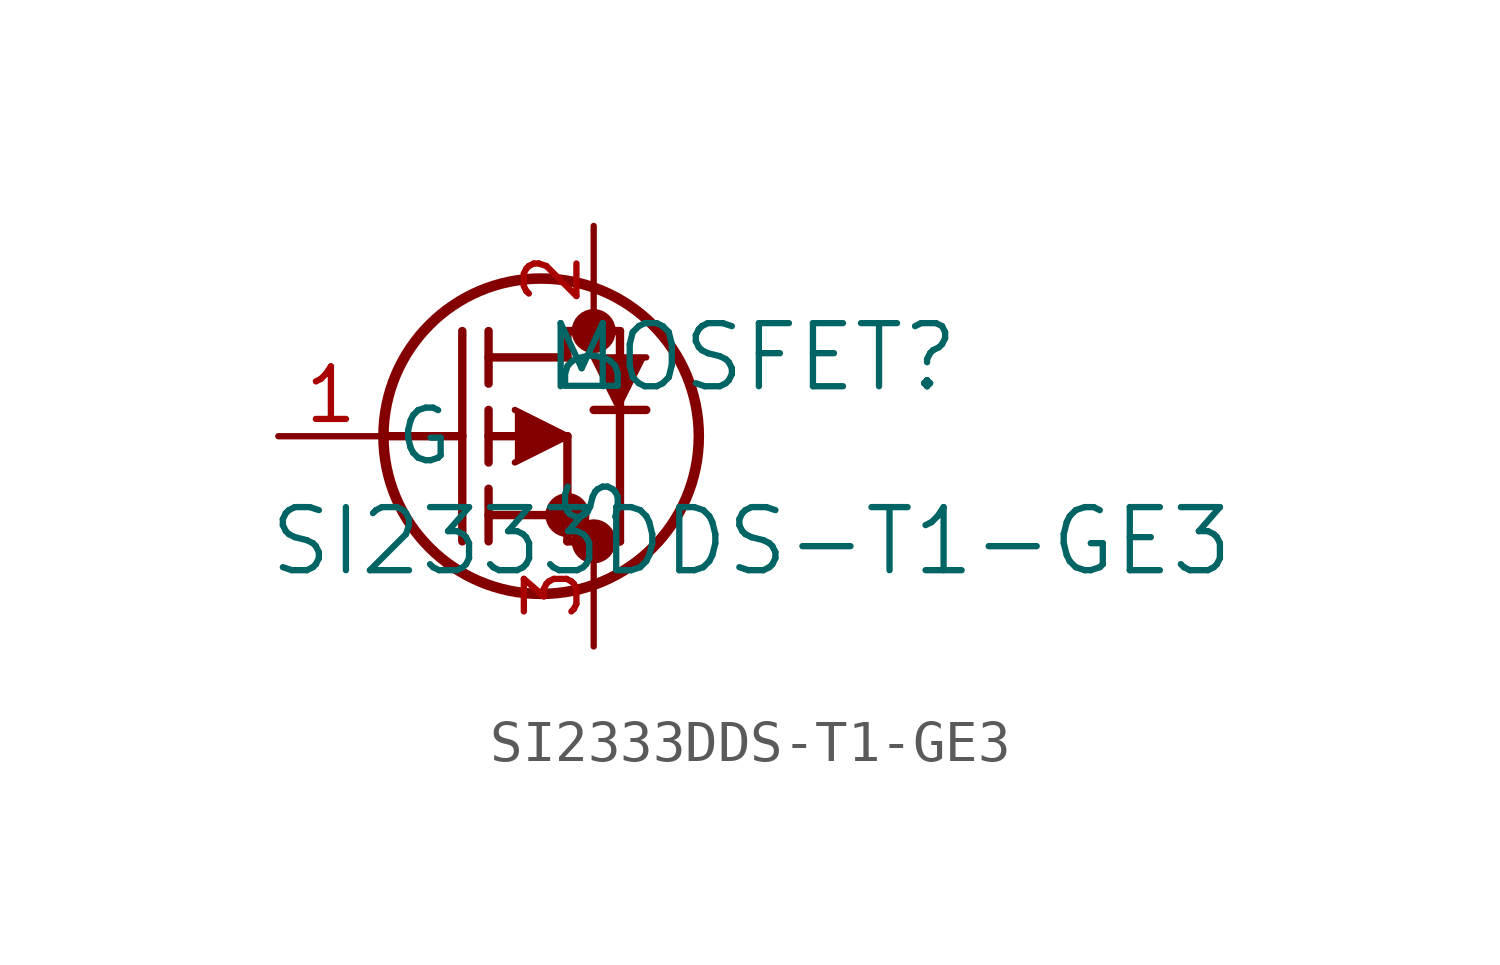
<source format=kicad_sym>
(kicad_symbol_lib
  (version 20211014)
  (generator kicad_symbol_editor)
  (symbol "SI2333DDS-T1-GE3"
    (pin_names
      (offset 0.254))
    (property "Reference" "MOSFET"
      (at 11.43 1.905 0)
      (effects (font (size 1.524 1.524))))
    (property "Value" "SI2333DDS-T1-GE3"
      (at 11.43 -2.54 0)
      (effects (font (size 1.524 1.524))))
    (symbol "SI2333DDS-T1-GE3_0_1"
      (circle (center 7.62 2.54) (radius 0.025) (stroke (width 0.508) (type default) (color 0 0 0 0)) (fill (type none)))
      (circle (center 7.62 -2.54) (radius 0.025) (stroke (width 0.508) (type default) (color 0 0 0 0)) (fill (type none)))
      (circle (center 6.985 -1.905) (radius 0.025) (stroke (width 0.508) (type default) (color 0 0 0 0)) (fill (type none)))
      (circle (center 6.35 0) (radius 3.81) (stroke (width 0.254) (type default) (color 0 0 0 0)) (fill (type none)))
      (polyline (pts (xy 2.54 0) (xy 4.445 0)) (stroke (width 0.203) (type default) (color 0 0 0 0)) (fill (type none)))
      (polyline (pts (xy 4.445 -2.54) (xy 4.445 2.54)) (stroke (width 0.203) (type default) (color 0 0 0 0)) (fill (type none)))
      (polyline (pts (xy 5.08 -0.635) (xy 5.08 0.635)) (stroke (width 0.203) (type default) (color 0 0 0 0)) (fill (type none)))
      (polyline (pts (xy 5.08 -2.54) (xy 5.08 -1.27)) (stroke (width 0.203) (type default) (color 0 0 0 0)) (fill (type none)))
      (polyline (pts (xy 5.08 1.27) (xy 5.08 2.54)) (stroke (width 0.203) (type default) (color 0 0 0 0)) (fill (type none)))
      (polyline (pts (xy 5.08 0) (xy 6.985 0)) (stroke (width 0.203) (type default) (color 0 0 0 0)) (fill (type none)))
      (polyline (pts (xy 5.08 -1.905) (xy 6.985 -1.905)) (stroke (width 0.203) (type default) (color 0 0 0 0)) (fill (type none)))
      (polyline (pts (xy 6.985 -2.54) (xy 6.985 0)) (stroke (width 0.203) (type default) (color 0 0 0 0)) (fill (type none)))
      (polyline (pts (xy 6.985 -2.54) (xy 8.255 -2.54)) (stroke (width 0.203) (type default) (color 0 0 0 0)) (fill (type none)))
      (polyline (pts (xy 5.08 1.905) (xy 6.985 1.905)) (stroke (width 0.203) (type default) (color 0 0 0 0)) (fill (type none)))
      (polyline (pts (xy 8.255 0.635) (xy 8.255 2.54)) (stroke (width 0.203) (type default) (color 0 0 0 0)) (fill (type none)))
      (polyline (pts (xy 5.715 0.635) (xy 6.985 0) (xy 5.715 -0.635)) (stroke (width 0) (type default) (color 0 0 0 0)) (fill (type outline)))
      (polyline (pts (xy 8.89 1.905) (xy 7.62 1.905) (xy 8.255 0.635)) (stroke (width 0) (type default) (color 0 0 0 0)) (fill (type outline)))
      (polyline (pts (xy 8.255 -2.54) (xy 8.255 0.635)) (stroke (width 0.203) (type default) (color 0 0 0 0)) (fill (type none)))
      (polyline (pts (xy 8.89 0.635) (xy 7.62 0.635)) (stroke (width 0.203) (type default) (color 0 0 0 0)) (fill (type none)))
      (polyline (pts (xy 6.985 2.54) (xy 8.255 2.54)) (stroke (width 0.203) (type default) (color 0 0 0 0)) (fill (type none)))
      (polyline (pts (xy 6.985 1.905) (xy 6.985 2.54)) (stroke (width 0.203) (type default) (color 0 0 0 0)) (fill (type none)))
      (pin unspecified line (at 0 0 0) (length 2.54) (name "G" (effects (font (size 1.27 1.27)))) (number "1" (effects (font (size 1.27 1.27)))))
      (pin unspecified line (at 7.62 5.08 270) (length 2.54) (name "D" (effects (font (size 1.27 1.27)))) (number "2" (effects (font (size 1.27 1.27)))))
      (pin unspecified line (at 7.62 -5.08 90) (length 2.54) (name "S" (effects (font (size 1.27 1.27)))) (number "3" (effects (font (size 1.27 1.27))))))))
</source>
